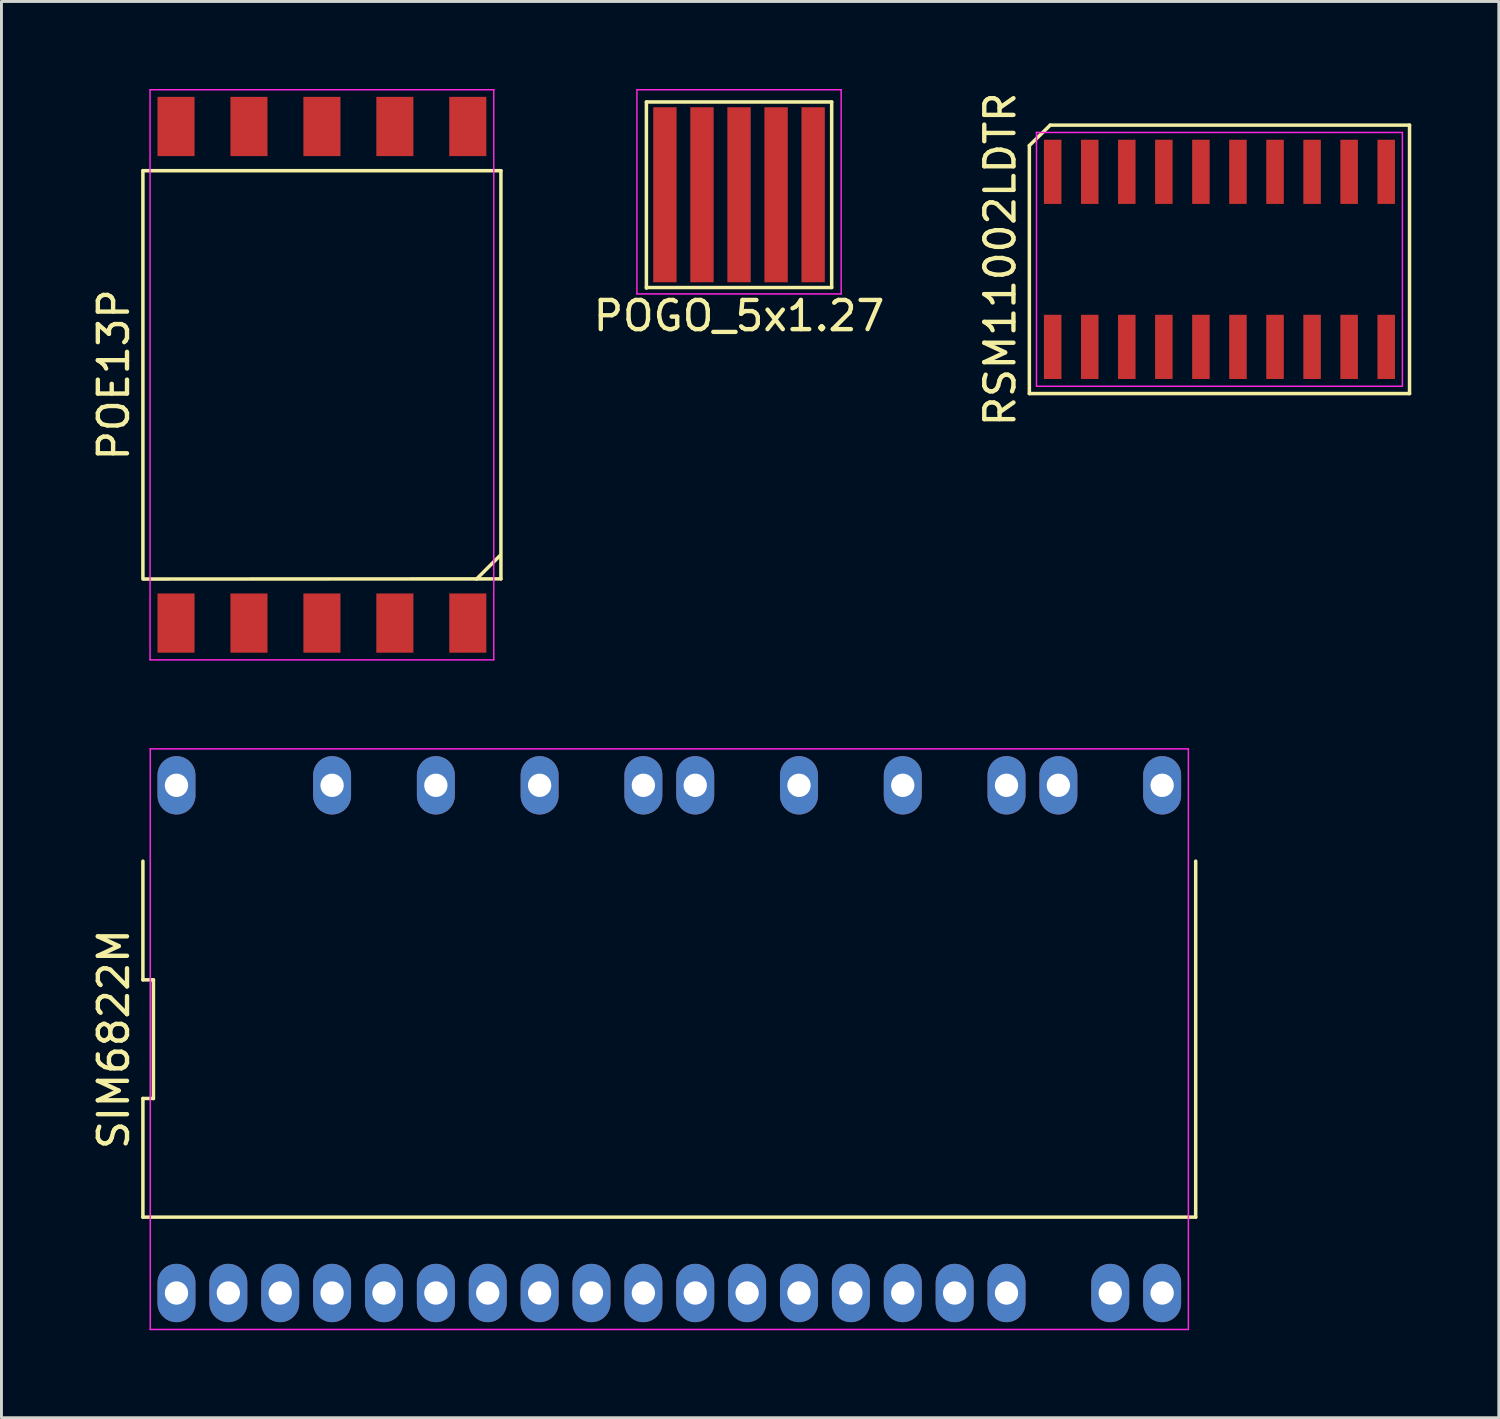
<source format=kicad_pcb>
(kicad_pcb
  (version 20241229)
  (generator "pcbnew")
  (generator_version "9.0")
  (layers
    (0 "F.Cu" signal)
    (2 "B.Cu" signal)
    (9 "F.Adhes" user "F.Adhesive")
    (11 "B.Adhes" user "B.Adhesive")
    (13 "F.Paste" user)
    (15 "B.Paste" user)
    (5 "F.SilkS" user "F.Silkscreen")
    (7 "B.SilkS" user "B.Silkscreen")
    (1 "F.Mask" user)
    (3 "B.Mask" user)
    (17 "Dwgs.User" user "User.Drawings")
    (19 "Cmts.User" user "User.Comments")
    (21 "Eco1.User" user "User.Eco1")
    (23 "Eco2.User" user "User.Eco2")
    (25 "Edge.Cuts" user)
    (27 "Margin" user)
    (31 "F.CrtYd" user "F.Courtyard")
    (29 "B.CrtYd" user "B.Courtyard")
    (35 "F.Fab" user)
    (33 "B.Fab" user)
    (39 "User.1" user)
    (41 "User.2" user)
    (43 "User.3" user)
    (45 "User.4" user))
  (footprint "SIM6822M"
    (layer "F.Cu")
    (at 19.889 32.565)
    (property "Reference" "SIM6822M" (at -19.041 0 90) (layer "F.SilkS") (effects (font (size 1 1) (thickness 0.15))))
    (attr through_hole)
    (fp_line (start -18.041 -6.1) (end -18.041 -2.033) (stroke (width 0.12) (type solid)) (layer "F.SilkS"))
    (fp_line (start -18.041 -2.033) (end -17.681 -2.033) (stroke (width 0.12) (type solid)) (layer "F.SilkS"))
    (fp_line (start -18.041 2.033) (end -18.041 6.1) (stroke (width 0.12) (type solid)) (layer "F.SilkS"))
    (fp_line (start -18.041 6.1) (end 18.041 6.1) (stroke (width 0.12) (type solid)) (layer "F.SilkS"))
    (fp_line (start -17.681 -2.033) (end -17.681 2.033) (stroke (width 0.12) (type solid)) (layer "F.SilkS"))
    (fp_line (start -17.681 2.033) (end -18.041 2.033) (stroke (width 0.12) (type solid)) (layer "F.SilkS"))
    (fp_line (start 18.041 6.1) (end 18.041 -6.1) (stroke (width 0.12) (type solid)) (layer "F.SilkS"))
    (fp_line (start 18 -6.2) (end -18 -6.2) (stroke (width 0.12) (type solid)) (layer "B.Paste"))
    (fp_line (start -17.79 -9.95) (end 17.79 -9.95) (stroke (width 0.05) (type solid)) (layer "F.CrtYd"))
    (fp_line (start -17.79 9.95) (end -17.79 -9.95) (stroke (width 0.05) (type solid)) (layer "F.CrtYd"))
    (fp_line (start -17.79 9.95) (end 17.79 9.95) (stroke (width 0.05) (type solid)) (layer "F.CrtYd"))
    (fp_line (start 17.79 -9.95) (end 17.79 9.95) (stroke (width 0.05) (type solid)) (layer "F.CrtYd"))
    (pad "1" thru_hole oval (at -16.891 8.7) (size 1.3 2) (drill 0.8) (layers "*.Cu" "*.Mask"))
    (pad "2" thru_hole oval (at -15.113 8.7) (size 1.3 2) (drill 0.8) (layers "*.Cu" "*.Mask"))
    (pad "3" thru_hole oval (at -13.335 8.7) (size 1.3 2) (drill 0.8) (layers "*.Cu" "*.Mask"))
    (pad "4" thru_hole oval (at -11.557 8.7) (size 1.3 2) (drill 0.8) (layers "*.Cu" "*.Mask"))
    (pad "5" thru_hole oval (at -9.779 8.7) (size 1.3 2) (drill 0.8) (layers "*.Cu" "*.Mask"))
    (pad "6" thru_hole oval (at -8.001 8.7) (size 1.3 2) (drill 0.8) (layers "*.Cu" "*.Mask"))
    (pad "7" thru_hole oval (at -6.223 8.7) (size 1.3 2) (drill 0.8) (layers "*.Cu" "*.Mask"))
    (pad "8" thru_hole oval (at -4.445 8.7) (size 1.3 2) (drill 0.8) (layers "*.Cu" "*.Mask"))
    (pad "9" thru_hole oval (at -2.667 8.7) (size 1.3 2) (drill 0.8) (layers "*.Cu" "*.Mask"))
    (pad "10" thru_hole oval (at -0.889 8.7) (size 1.3 2) (drill 0.8) (layers "*.Cu" "*.Mask"))
    (pad "11" thru_hole oval (at 0.889 8.7) (size 1.3 2) (drill 0.8) (layers "*.Cu" "*.Mask"))
    (pad "12" thru_hole oval (at 2.667 8.7) (size 1.3 2) (drill 0.8) (layers "*.Cu" "*.Mask"))
    (pad "13" thru_hole oval (at 4.445 8.7) (size 1.3 2) (drill 0.8) (layers "*.Cu" "*.Mask"))
    (pad "14" thru_hole oval (at 6.223 8.7) (size 1.3 2) (drill 0.8) (layers "*.Cu" "*.Mask"))
    (pad "15" thru_hole oval (at 8.001 8.7) (size 1.3 2) (drill 0.8) (layers "*.Cu" "*.Mask"))
    (pad "16" thru_hole oval (at 9.779 8.7) (size 1.3 2) (drill 0.8) (layers "*.Cu" "*.Mask"))
    (pad "17" thru_hole oval (at 11.557 8.7) (size 1.3 2) (drill 0.8) (layers "*.Cu" "*.Mask"))
    (pad "19" thru_hole oval (at 15.113 8.7) (size 1.3 2) (drill 0.8) (layers "*.Cu" "*.Mask"))
    (pad "20" thru_hole oval (at 16.891 8.7) (size 1.3 2) (drill 0.8) (layers "*.Cu" "*.Mask"))
    (pad "21" thru_hole oval (at 16.891 -8.7) (size 1.3 2) (drill 0.8) (layers "*.Cu" "*.Mask"))
    (pad "23" thru_hole oval (at 13.335 -8.7) (size 1.3 2) (drill 0.8) (layers "*.Cu" "*.Mask"))
    (pad "24" thru_hole oval (at 11.557 -8.7) (size 1.3 2) (drill 0.8) (layers "*.Cu" "*.Mask"))
    (pad "26" thru_hole oval (at 8.001 -8.7) (size 1.3 2) (drill 0.8) (layers "*.Cu" "*.Mask"))
    (pad "28" thru_hole oval (at 4.445 -8.7) (size 1.3 2) (drill 0.8) (layers "*.Cu" "*.Mask"))
    (pad "30" thru_hole oval (at 0.889 -8.7) (size 1.3 2) (drill 0.8) (layers "*.Cu" "*.Mask"))
    (pad "31" thru_hole oval (at -0.889 -8.7) (size 1.3 2) (drill 0.8) (layers "*.Cu" "*.Mask"))
    (pad "33" thru_hole oval (at -4.445 -8.7) (size 1.3 2) (drill 0.8) (layers "*.Cu" "*.Mask"))
    (pad "35" thru_hole oval (at -8.001 -8.7) (size 1.3 2) (drill 0.8) (layers "*.Cu" "*.Mask"))
    (pad "37" thru_hole oval (at -11.557 -8.7) (size 1.3 2) (drill 0.8) (layers "*.Cu" "*.Mask"))
    (pad "40" thru_hole oval (at -16.891 -8.7) (size 1.3 2) (drill 0.8) (layers "*.Cu" "*.Mask")))
  (footprint "POE13P"
    (layer "F.Cu")
    (at 7.983 9.795)
    (property "Reference" "POE13P" (at -7.135 0 90) (layer "F.SilkS") (effects (font (size 1 1) (thickness 0.15))))
    (attr smd)
    (fp_line (start -6.135 -6.995) (end 6.135 -6.995) (stroke (width 0.12) (type solid)) (layer "F.SilkS"))
    (fp_line (start -6.135 7) (end -6.135 -6.995) (stroke (width 0.12) (type solid)) (layer "F.SilkS"))
    (fp_line (start 6.1 6.2) (end 5.3 7) (stroke (width 0.12) (type solid)) (layer "F.SilkS"))
    (fp_line (start 6.135 -6.995) (end 6.135 6.995) (stroke (width 0.12) (type solid)) (layer "F.SilkS"))
    (fp_line (start 6.135 6.995) (end -6.1 7) (stroke (width 0.12) (type solid)) (layer "F.SilkS"))
    (fp_line (start -5.89 -9.77) (end 5.89 -9.77) (stroke (width 0.05) (type solid)) (layer "F.CrtYd"))
    (fp_line (start -5.89 9.77) (end -5.89 -9.77) (stroke (width 0.05) (type solid)) (layer "F.CrtYd"))
    (fp_line (start 5.89 -9.77) (end 5.89 9.77) (stroke (width 0.05) (type solid)) (layer "F.CrtYd"))
    (fp_line (start 5.89 9.77) (end -5.89 9.77) (stroke (width 0.05) (type solid)) (layer "F.CrtYd"))
    (pad "1" smd rect (at 5 8.51) (size 1.27 2.03) (layers "F.Cu" "F.Mask" "F.Paste"))
    (pad "2" smd rect (at 2.5 8.51) (size 1.27 2.03) (layers "F.Cu" "F.Mask" "F.Paste"))
    (pad "3" smd rect (at 0 8.51) (size 1.27 2.03) (layers "F.Cu" "F.Mask" "F.Paste"))
    (pad "4" smd rect (at -2.5 8.51) (size 1.27 2.03) (layers "F.Cu" "F.Mask" "F.Paste"))
    (pad "5" smd rect (at -5 8.51) (size 1.27 2.03) (layers "F.Cu" "F.Mask" "F.Paste"))
    (pad "6" smd rect (at -5 -8.51) (size 1.27 2.03) (layers "F.Cu" "F.Mask" "F.Paste"))
    (pad "7" smd rect (at -2.5 -8.51) (size 1.27 2.03) (layers "F.Cu" "F.Mask" "F.Paste"))
    (pad "8" smd rect (at 0 -8.51) (size 1.27 2.03) (layers "F.Cu" "F.Mask" "F.Paste"))
    (pad "9" smd rect (at 2.5 -8.51) (size 1.27 2.03) (layers "F.Cu" "F.Mask" "F.Paste"))
    (pad "10" smd rect (at 5 -8.51) (size 1.27 2.03) (layers "F.Cu" "F.Mask" "F.Paste")))
  (footprint "RSM11002LDTR"
    (layer "F.Cu")
    (at 38.744 5.839)
    (property "Reference" "RSM11002LDTR" (at -7.515 0 90) (layer "F.SilkS") (effects (font (size 1 1) (thickness 0.15))))
    (attr smd)
    (fp_line (start -6.515 4.6) (end -6.515 -3.9) (stroke (width 0.12) (type solid)) (layer "F.SilkS"))
    (fp_line (start -5.8 -4.6) (end -6.515 -3.9) (stroke (width 0.12) (type solid)) (layer "F.SilkS"))
    (fp_line (start -5.8 -4.6) (end 6.515 -4.6) (stroke (width 0.12) (type solid)) (layer "F.SilkS"))
    (fp_line (start 6.515 -4.6) (end 6.515 4.6) (stroke (width 0.12) (type solid)) (layer "F.SilkS"))
    (fp_line (start 6.515 4.6) (end -6.515 4.6) (stroke (width 0.12) (type solid)) (layer "F.SilkS"))
    (fp_line (start -6.27 -4.35) (end 6.27 -4.35) (stroke (width 0.05) (type solid)) (layer "F.CrtYd"))
    (fp_line (start -6.27 4.35) (end -6.27 -4.35) (stroke (width 0.05) (type solid)) (layer "F.CrtYd"))
    (fp_line (start 6.27 -4.35) (end 6.27 4.35) (stroke (width 0.05) (type solid)) (layer "F.CrtYd"))
    (fp_line (start 6.27 4.35) (end -6.27 4.35) (stroke (width 0.05) (type solid)) (layer "F.CrtYd"))
    (pad "1" smd rect (at -5.715 -3) (size 0.6 2.2) (layers "F.Cu" "F.Mask" "F.Paste"))
    (pad "2" smd rect (at -5.715 3) (size 0.6 2.2) (layers "F.Cu" "F.Mask" "F.Paste"))
    (pad "3" smd rect (at -4.445 -3) (size 0.6 2.2) (layers "F.Cu" "F.Mask" "F.Paste"))
    (pad "4" smd rect (at -4.445 3) (size 0.6 2.2) (layers "F.Cu" "F.Mask" "F.Paste"))
    (pad "5" smd rect (at -3.175 -3) (size 0.6 2.2) (layers "F.Cu" "F.Mask" "F.Paste"))
    (pad "6" smd rect (at -3.175 3) (size 0.6 2.2) (layers "F.Cu" "F.Mask" "F.Paste"))
    (pad "7" smd rect (at -1.905 -3) (size 0.6 2.2) (layers "F.Cu" "F.Mask" "F.Paste"))
    (pad "8" smd rect (at -1.905 3) (size 0.6 2.2) (layers "F.Cu" "F.Mask" "F.Paste"))
    (pad "9" smd rect (at -0.635 -3) (size 0.6 2.2) (layers "F.Cu" "F.Mask" "F.Paste"))
    (pad "10" smd rect (at -0.635 3) (size 0.6 2.2) (layers "F.Cu" "F.Mask" "F.Paste"))
    (pad "11" smd rect (at 0.635 -3) (size 0.6 2.2) (layers "F.Cu" "F.Mask" "F.Paste"))
    (pad "12" smd rect (at 0.635 3) (size 0.6 2.2) (layers "F.Cu" "F.Mask" "F.Paste"))
    (pad "13" smd rect (at 1.905 -3) (size 0.6 2.2) (layers "F.Cu" "F.Mask" "F.Paste"))
    (pad "14" smd rect (at 1.905 3) (size 0.6 2.2) (layers "F.Cu" "F.Mask" "F.Paste"))
    (pad "15" smd rect (at 3.175 -3) (size 0.6 2.2) (layers "F.Cu" "F.Mask" "F.Paste"))
    (pad "16" smd rect (at 3.175 3) (size 0.6 2.2) (layers "F.Cu" "F.Mask" "F.Paste"))
    (pad "17" smd rect (at 4.445 -3) (size 0.6 2.2) (layers "F.Cu" "F.Mask" "F.Paste"))
    (pad "18" smd rect (at 4.445 3) (size 0.6 2.2) (layers "F.Cu" "F.Mask" "F.Paste"))
    (pad "19" smd rect (at 5.715 -3) (size 0.6 2.2) (layers "F.Cu" "F.Mask" "F.Paste"))
    (pad "20" smd rect (at 5.715 3) (size 0.6 2.2) (layers "F.Cu" "F.Mask" "F.Paste")))
  (footprint "POGO_5x1.27"
    (layer "F.Cu")
    (at 22.279 3.625)
    (property "Reference" "POGO_5x1.27" (at 0 4.15 0) (layer "F.SilkS") (effects (font (size 1 1) (thickness 0.15))))
    (attr smd)
    (fp_line (start -3.175 -3.18) (end 3.175 -3.18) (stroke (width 0.12) (type solid)) (layer "F.SilkS"))
    (fp_line (start -3.175 3.18) (end 3.175 3.18) (stroke (width 0.12) (type solid)) (layer "F.SilkS"))
    (fp_line (start -3.175 3.2) (end -3.175 -3.18) (stroke (width 0.12) (type solid)) (layer "F.SilkS"))
    (fp_line (start 3.175 3.18) (end 3.175 -3.18) (stroke (width 0.12) (type solid)) (layer "F.SilkS"))
    (fp_line (start -3.5 -3.6) (end -3.5 3.4) (stroke (width 0.05) (type solid)) (layer "F.CrtYd"))
    (fp_line (start -3.5 -3.6) (end 3.5 -3.6) (stroke (width 0.05) (type solid)) (layer "F.CrtYd"))
    (fp_line (start -3.5 3.4) (end 3.5 3.4) (stroke (width 0.05) (type solid)) (layer "F.CrtYd"))
    (fp_line (start 3.5 -3.6) (end 3.5 3.4) (stroke (width 0.05) (type solid)) (layer "F.CrtYd"))
    (pad "1" smd rect (at -2.54 0) (size 0.8 6) (layers "F.Cu" "F.Mask" "F.Paste"))
    (pad "2" smd rect (at -1.27 0) (size 0.8 6) (layers "F.Cu" "F.Mask" "F.Paste"))
    (pad "3" smd rect (at 0 0) (size 0.8 6) (layers "F.Cu" "F.Mask" "F.Paste"))
    (pad "4" smd rect (at 1.27 0) (size 0.8 6) (layers "F.Cu" "F.Mask" "F.Paste"))
    (pad "5" smd rect (at 2.54 0) (size 0.8 6) (layers "F.Cu" "F.Mask" "F.Paste")))
  (gr_rect
    (start -3 -3)
    (end 48.319 45.54)
    (stroke (width 0.1) (type default))
    (fill no)
    (layer "Edge.Cuts")))
</source>
